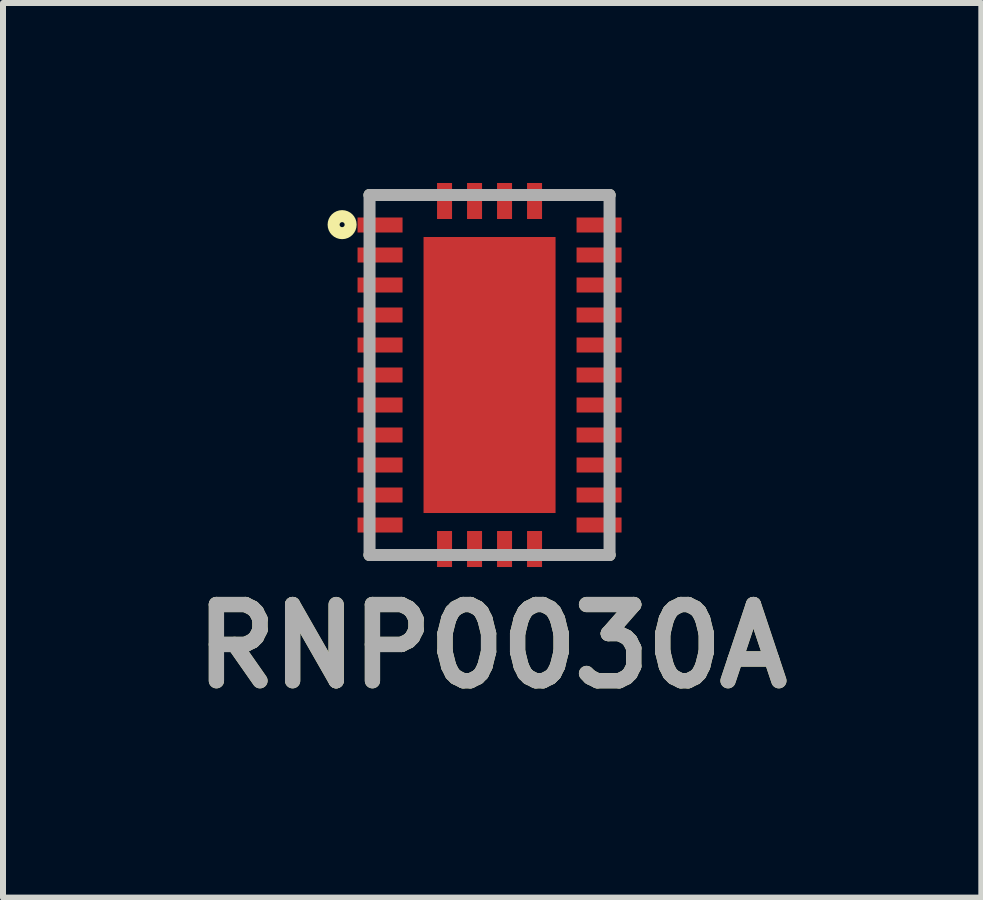
<source format=kicad_pcb>
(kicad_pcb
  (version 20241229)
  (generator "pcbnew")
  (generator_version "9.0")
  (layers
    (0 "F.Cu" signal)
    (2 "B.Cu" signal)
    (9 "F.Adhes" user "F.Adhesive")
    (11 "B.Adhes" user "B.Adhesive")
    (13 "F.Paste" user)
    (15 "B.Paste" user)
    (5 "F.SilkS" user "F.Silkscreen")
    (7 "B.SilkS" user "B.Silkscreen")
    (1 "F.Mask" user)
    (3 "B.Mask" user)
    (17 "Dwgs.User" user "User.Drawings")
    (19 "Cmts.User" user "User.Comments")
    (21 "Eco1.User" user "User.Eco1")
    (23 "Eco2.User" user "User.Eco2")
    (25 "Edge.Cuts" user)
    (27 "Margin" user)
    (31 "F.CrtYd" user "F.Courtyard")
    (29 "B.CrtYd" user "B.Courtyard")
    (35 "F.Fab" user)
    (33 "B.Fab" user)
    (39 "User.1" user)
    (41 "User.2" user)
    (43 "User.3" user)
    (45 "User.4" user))
  (footprint "RNP0030A"
    (layer "F.Cu")
    (at 5.109 3.2)
    (property "Reference" "RNP0030A" (at 0.044 4.521 0) (layer "F.SilkS") (effects (font (size 1.27 1.27) (thickness 0.254))))
    (attr smd)
    (fp_line (start -2 -3) (end -1.2 -3) (stroke (width 0.2) (type solid)) (layer "F.SilkS"))
    (fp_line (start -2 3) (end -1.2 3) (stroke (width 0.2) (type solid)) (layer "F.SilkS"))
    (fp_line (start 2 -3) (end 1.2 -3) (stroke (width 0.2) (type solid)) (layer "F.SilkS"))
    (fp_line (start 2 3) (end 1.2 3) (stroke (width 0.2) (type solid)) (layer "F.SilkS"))
    (fp_circle (center -2.457 -2.506) (end -2.457 -2.464) (stroke (width 0.2) (type solid)) (fill no) (layer "F.SilkS"))
    (fp_line (start -2 -3) (end 2 -3) (stroke (width 0.2) (type solid)) (layer "F.Fab"))
    (fp_line (start -2 3) (end -2 -3) (stroke (width 0.2) (type solid)) (layer "F.Fab"))
    (fp_line (start 2 -3) (end 2 3) (stroke (width 0.2) (type solid)) (layer "F.Fab"))
    (fp_line (start 2 3) (end -2 3) (stroke (width 0.2) (type solid)) (layer "F.Fab"))
    (fp_text user "${REFERENCE}" (at 0.044 4.521 0) (layer "F.Fab") (effects (font (size 1.27 1.27) (thickness 0.254))))
    (pad "1" smd rect (at -1.825 -2.5 90) (size 0.25 0.75) (layers "F.Cu" "F.Mask" "F.Paste"))
    (pad "2" smd rect (at -1.825 -2 90) (size 0.25 0.75) (layers "F.Cu" "F.Mask" "F.Paste"))
    (pad "3" smd rect (at -1.825 -1.5 90) (size 0.25 0.75) (layers "F.Cu" "F.Mask" "F.Paste"))
    (pad "4" smd rect (at -1.825 -1 90) (size 0.25 0.75) (layers "F.Cu" "F.Mask" "F.Paste"))
    (pad "5" smd rect (at -1.825 -0.5 90) (size 0.25 0.75) (layers "F.Cu" "F.Mask" "F.Paste"))
    (pad "6" smd rect (at -1.825 0 90) (size 0.25 0.75) (layers "F.Cu" "F.Mask" "F.Paste"))
    (pad "7" smd rect (at -1.825 0.5 90) (size 0.25 0.75) (layers "F.Cu" "F.Mask" "F.Paste"))
    (pad "8" smd rect (at -1.825 1 90) (size 0.25 0.75) (layers "F.Cu" "F.Mask" "F.Paste"))
    (pad "9" smd rect (at -1.825 1.5 90) (size 0.25 0.75) (layers "F.Cu" "F.Mask" "F.Paste"))
    (pad "10" smd rect (at -1.825 2 90) (size 0.25 0.75) (layers "F.Cu" "F.Mask" "F.Paste"))
    (pad "11" smd rect (at -1.825 2.5 90) (size 0.25 0.75) (layers "F.Cu" "F.Mask" "F.Paste"))
    (pad "12" smd rect (at -0.75 2.9) (size 0.25 0.6) (layers "F.Cu" "F.Mask" "F.Paste"))
    (pad "13" smd rect (at -0.25 2.9) (size 0.25 0.6) (layers "F.Cu" "F.Mask" "F.Paste"))
    (pad "14" smd rect (at 0.25 2.9) (size 0.25 0.6) (layers "F.Cu" "F.Mask" "F.Paste"))
    (pad "15" smd rect (at 0.75 2.9) (size 0.25 0.6) (layers "F.Cu" "F.Mask" "F.Paste"))
    (pad "16" smd rect (at 1.825 2.5 90) (size 0.25 0.75) (layers "F.Cu" "F.Mask" "F.Paste"))
    (pad "17" smd rect (at 1.825 2 90) (size 0.25 0.75) (layers "F.Cu" "F.Mask" "F.Paste"))
    (pad "18" smd rect (at 1.825 1.5 90) (size 0.25 0.75) (layers "F.Cu" "F.Mask" "F.Paste"))
    (pad "19" smd rect (at 1.825 1 90) (size 0.25 0.75) (layers "F.Cu" "F.Mask" "F.Paste"))
    (pad "20" smd rect (at 1.825 0.5 90) (size 0.25 0.75) (layers "F.Cu" "F.Mask" "F.Paste"))
    (pad "21" smd rect (at 1.825 0 90) (size 0.25 0.75) (layers "F.Cu" "F.Mask" "F.Paste"))
    (pad "22" smd rect (at 1.825 -0.5 90) (size 0.25 0.75) (layers "F.Cu" "F.Mask" "F.Paste"))
    (pad "23" smd rect (at 1.825 -1 90) (size 0.25 0.75) (layers "F.Cu" "F.Mask" "F.Paste"))
    (pad "24" smd rect (at 1.825 -1.5 90) (size 0.25 0.75) (layers "F.Cu" "F.Mask" "F.Paste"))
    (pad "25" smd rect (at 1.825 -2 90) (size 0.25 0.75) (layers "F.Cu" "F.Mask" "F.Paste"))
    (pad "26" smd rect (at 1.825 -2.5 90) (size 0.25 0.75) (layers "F.Cu" "F.Mask" "F.Paste"))
    (pad "27" smd rect (at 0.75 -2.9) (size 0.25 0.6) (layers "F.Cu" "F.Mask" "F.Paste"))
    (pad "28" smd rect (at 0.25 -2.9) (size 0.25 0.6) (layers "F.Cu" "F.Mask" "F.Paste"))
    (pad "29" smd rect (at -0.25 -2.9) (size 0.25 0.6) (layers "F.Cu" "F.Mask" "F.Paste"))
    (pad "30" smd rect (at -0.75 -2.9) (size 0.25 0.6) (layers "F.Cu" "F.Mask" "F.Paste"))
    (pad "31" smd rect (at 0 0) (size 2.2 4.6) (layers "F.Cu" "F.Mask" "F.Paste")))
  (gr_rect
    (start -3 -3)
    (end 13.305 11.91)
    (stroke (width 0.1) (type default))
    (fill no)
    (layer "Edge.Cuts")))
</source>
